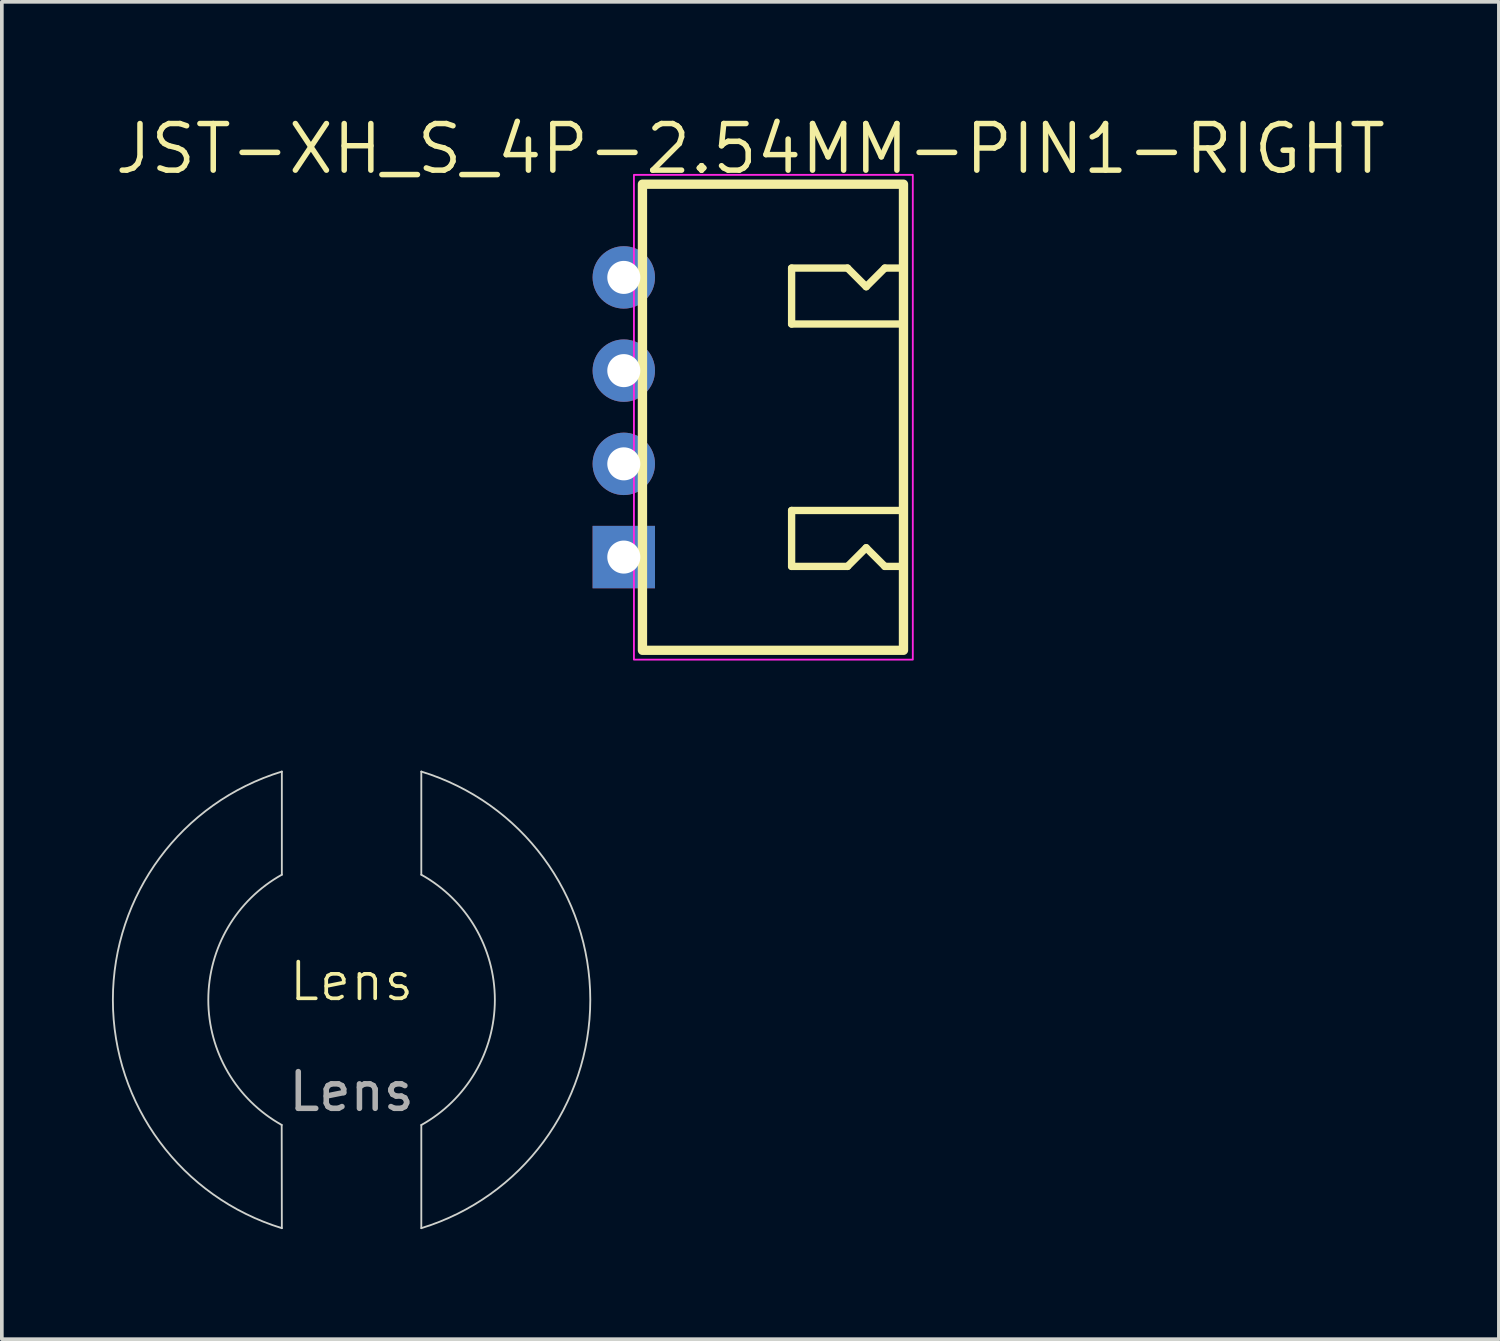
<source format=kicad_pcb>
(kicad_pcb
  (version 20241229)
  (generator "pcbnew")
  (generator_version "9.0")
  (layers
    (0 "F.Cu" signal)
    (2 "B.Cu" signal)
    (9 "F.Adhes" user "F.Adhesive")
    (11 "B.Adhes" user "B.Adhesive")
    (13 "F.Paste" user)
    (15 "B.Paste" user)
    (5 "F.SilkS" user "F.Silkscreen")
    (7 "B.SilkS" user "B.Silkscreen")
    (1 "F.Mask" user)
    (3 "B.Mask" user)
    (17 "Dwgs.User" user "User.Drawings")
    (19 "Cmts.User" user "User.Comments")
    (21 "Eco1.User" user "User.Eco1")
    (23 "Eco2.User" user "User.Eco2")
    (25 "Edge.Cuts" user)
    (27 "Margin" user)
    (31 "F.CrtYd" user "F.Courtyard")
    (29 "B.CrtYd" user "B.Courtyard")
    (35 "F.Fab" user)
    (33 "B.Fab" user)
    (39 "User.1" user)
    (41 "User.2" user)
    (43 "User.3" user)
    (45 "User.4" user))
  (footprint "Lens"
    (layer "F.Cu")
    (at 6.529 24.192)
    (property "Reference" "Lens" (at 0 -0.5 0) (unlocked yes) (layer "F.SilkS") (effects (font (size 1 1) (thickness 0.1))))
    (fp_line (start -1.904 3.408) (end -1.9 6.22) (stroke (width 0.05) (type default)) (layer "Edge.Cuts"))
    (fp_line (start -1.9 -6.22) (end -1.9 -3.41) (stroke (width 0.05) (type default)) (layer "Edge.Cuts"))
    (fp_line (start 1.9 -6.22) (end 1.9 -3.41) (stroke (width 0.05) (type default)) (layer "Edge.Cuts"))
    (fp_line (start 1.9 3.41) (end 1.9 6.22) (stroke (width 0.05) (type default)) (layer "Edge.Cuts"))
    (fp_arc (start -1.904259 3.407622) (mid -3.903599 -0.002439) (end -1.9 -3.409999) (stroke (width 0.05) (type default)) (layer "Edge.Cuts"))
    (fp_arc (start -1.9 6.22) (mid -6.503722 0) (end -1.9 -6.22) (stroke (width 0.05) (type default)) (layer "Edge.Cuts"))
    (fp_arc (start 1.9 -6.22) (mid 6.503722 0) (end 1.9 6.22) (stroke (width 0.05) (type default)) (layer "Edge.Cuts"))
    (fp_arc (start 1.9 -3.409999) (mid 3.9036 0) (end 1.9 3.409999) (stroke (width 0.05) (type default)) (layer "Edge.Cuts"))
    (fp_text user "${REFERENCE}" (at 0 2.5 0) (unlocked yes) (layer "F.Fab") (effects (font (size 1 1) (thickness 0.15)))))
  (footprint "JST-XH_S_4P-2.54MM-PIN1-RIGHT"
    (layer "F.Cu")
    (at 13.946 14.668)
    (property "Reference" "JST-XH_S_4P-2.54MM-PIN1-RIGHT" (at 3.449 -13.662 0) (layer "F.SilkS") (effects (font (size 1.27 1.27) (thickness 0.15))))
    (fp_line (start 4.572 -10.414) (end 6.096 -10.414) (stroke (width 0.2) (type default)) (layer "F.SilkS"))
    (fp_line (start 4.572 -8.89) (end 4.572 -10.414) (stroke (width 0.2) (type default)) (layer "F.SilkS"))
    (fp_line (start 4.572 -3.81) (end 7.62 -3.81) (stroke (width 0.2) (type default)) (layer "F.SilkS"))
    (fp_line (start 4.572 -2.286) (end 4.572 -3.81) (stroke (width 0.2) (type default)) (layer "F.SilkS"))
    (fp_line (start 6.096 -10.414) (end 6.604 -9.906) (stroke (width 0.2) (type default)) (layer "F.SilkS"))
    (fp_line (start 6.096 -2.286) (end 4.572 -2.286) (stroke (width 0.2) (type default)) (layer "F.SilkS"))
    (fp_line (start 6.604 -9.906) (end 7.112 -10.414) (stroke (width 0.2) (type default)) (layer "F.SilkS"))
    (fp_line (start 6.604 -2.794) (end 6.096 -2.286) (stroke (width 0.2) (type default)) (layer "F.SilkS"))
    (fp_line (start 7.112 -10.414) (end 7.62 -10.414) (stroke (width 0.2) (type default)) (layer "F.SilkS"))
    (fp_line (start 7.112 -2.286) (end 6.604 -2.794) (stroke (width 0.2) (type default)) (layer "F.SilkS"))
    (fp_line (start 7.62 -8.89) (end 4.572 -8.89) (stroke (width 0.2) (type default)) (layer "F.SilkS"))
    (fp_line (start 7.62 -2.286) (end 7.112 -2.286) (stroke (width 0.2) (type default)) (layer "F.SilkS"))
    (fp_rect (start 0.508 -12.7) (end 7.62 0) (stroke (width 0.254) (type default)) (fill no) (layer "F.SilkS"))
    (fp_rect (start 0.276 -12.954) (end 7.874 0.254) (stroke (width 0.05) (type default)) (fill no) (layer "F.CrtYd"))
    (pad "1" thru_hole rect (at 0 -2.54) (size 1.7 1.7) (drill 0.9) (layers "*.Cu" "*.Mask"))
    (pad "2" thru_hole oval (at 0 -5.08) (size 1.7 1.7) (drill 0.9) (layers "*.Cu" "*.Mask"))
    (pad "3" thru_hole oval (at 0 -7.62) (size 1.7 1.7) (drill 0.9) (layers "*.Cu" "*.Mask"))
    (pad "4" thru_hole oval (at 0 -10.16) (size 1.7 1.7) (drill 0.9) (layers "*.Cu" "*.Mask")))
  (gr_rect
    (start -3 -3)
    (end 37.788 33.437)
    (stroke (width 0.1) (type default))
    (fill no)
    (layer "Edge.Cuts")))
</source>
